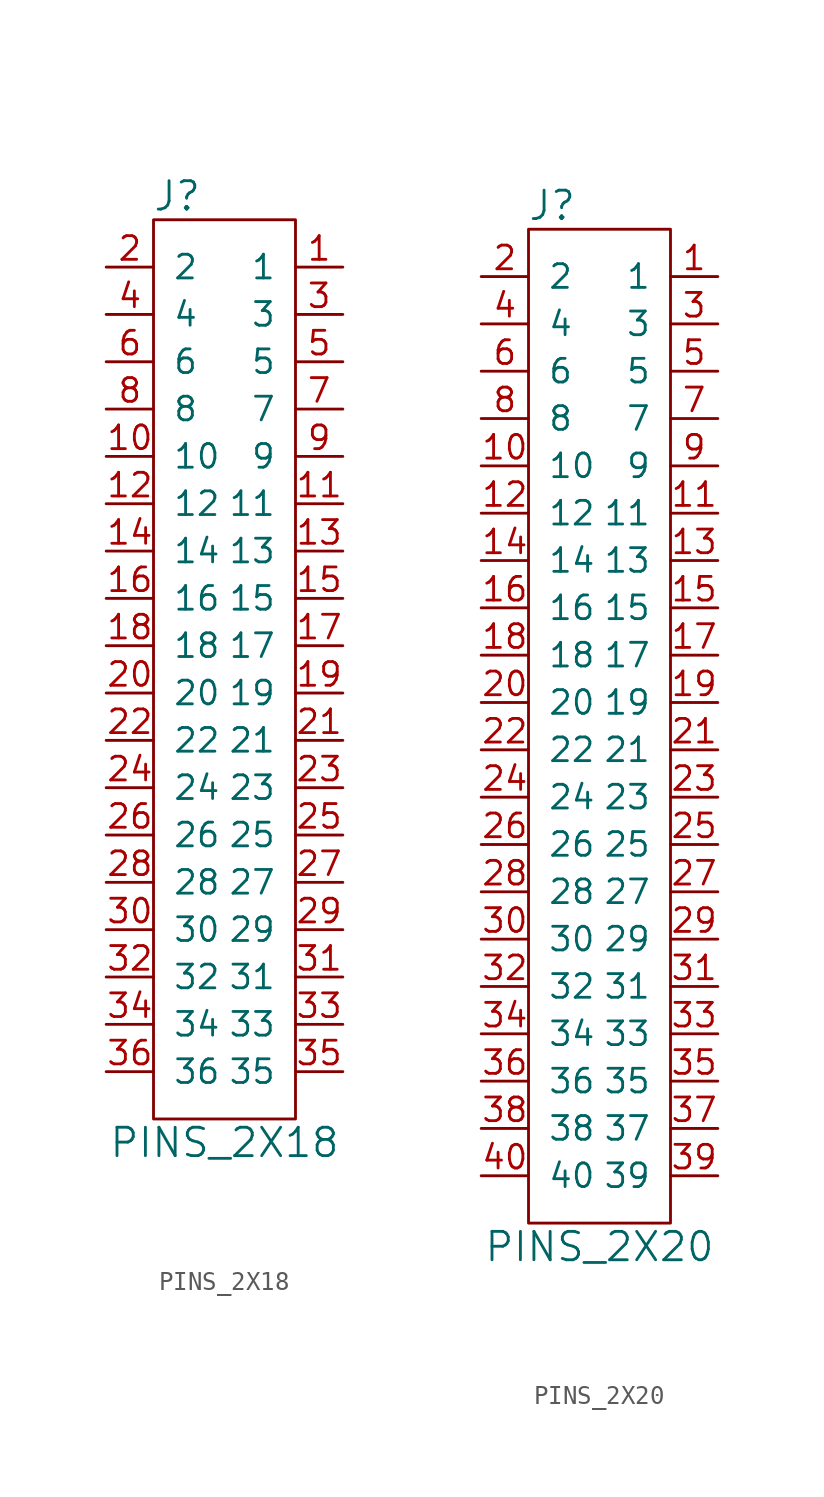
<source format=kicad_sym>
(kicad_symbol_lib
  (version 20241209)
  (generator "kicad_symbol_editor")
  (generator_version "9.0")
  (symbol "PINS_2X18"
    (pin_names
      (offset 1.016))
    (property "Reference" "J"
      (at -2.54 25.4 0)
      (effects (font (size 1.524 1.524))))
    (property "Value" "PINS_2X18"
      (at 0 -25.4 0)
      (effects (font (size 1.524 1.524))))
    (symbol "PINS_2X18_0_1"
      (rectangle (start -3.81 24.13) (end 3.81 -24.13) (stroke (width 0) (type default)) (fill (type none))))
    (symbol "PINS_2X18_1_1"
      (pin unspecified line (at -6.35 21.59 0) (length 2.54) (name "2" (effects (font (size 1.27 1.27)))) (number "2" (effects (font (size 1.27 1.27)))))
      (pin unspecified line (at -6.35 19.05 0) (length 2.54) (name "4" (effects (font (size 1.27 1.27)))) (number "4" (effects (font (size 1.27 1.27)))))
      (pin unspecified line (at -6.35 16.51 0) (length 2.54) (name "6" (effects (font (size 1.27 1.27)))) (number "6" (effects (font (size 1.27 1.27)))))
      (pin unspecified line (at -6.35 13.97 0) (length 2.54) (name "8" (effects (font (size 1.27 1.27)))) (number "8" (effects (font (size 1.27 1.27)))))
      (pin unspecified line (at -6.35 11.43 0) (length 2.54) (name "10" (effects (font (size 1.27 1.27)))) (number "10" (effects (font (size 1.27 1.27)))))
      (pin unspecified line (at -6.35 8.89 0) (length 2.54) (name "12" (effects (font (size 1.27 1.27)))) (number "12" (effects (font (size 1.27 1.27)))))
      (pin unspecified line (at -6.35 6.35 0) (length 2.54) (name "14" (effects (font (size 1.27 1.27)))) (number "14" (effects (font (size 1.27 1.27)))))
      (pin unspecified line (at -6.35 3.81 0) (length 2.54) (name "16" (effects (font (size 1.27 1.27)))) (number "16" (effects (font (size 1.27 1.27)))))
      (pin unspecified line (at -6.35 1.27 0) (length 2.54) (name "18" (effects (font (size 1.27 1.27)))) (number "18" (effects (font (size 1.27 1.27)))))
      (pin unspecified line (at -6.35 -1.27 0) (length 2.54) (name "20" (effects (font (size 1.27 1.27)))) (number "20" (effects (font (size 1.27 1.27)))))
      (pin unspecified line (at -6.35 -3.81 0) (length 2.54) (name "22" (effects (font (size 1.27 1.27)))) (number "22" (effects (font (size 1.27 1.27)))))
      (pin unspecified line (at -6.35 -6.35 0) (length 2.54) (name "24" (effects (font (size 1.27 1.27)))) (number "24" (effects (font (size 1.27 1.27)))))
      (pin unspecified line (at -6.35 -8.89 0) (length 2.54) (name "26" (effects (font (size 1.27 1.27)))) (number "26" (effects (font (size 1.27 1.27)))))
      (pin unspecified line (at -6.35 -11.43 0) (length 2.54) (name "28" (effects (font (size 1.27 1.27)))) (number "28" (effects (font (size 1.27 1.27)))))
      (pin unspecified line (at -6.35 -13.97 0) (length 2.54) (name "30" (effects (font (size 1.27 1.27)))) (number "30" (effects (font (size 1.27 1.27)))))
      (pin unspecified line (at -6.35 -16.51 0) (length 2.54) (name "32" (effects (font (size 1.27 1.27)))) (number "32" (effects (font (size 1.27 1.27)))))
      (pin unspecified line (at -6.35 -19.05 0) (length 2.54) (name "34" (effects (font (size 1.27 1.27)))) (number "34" (effects (font (size 1.27 1.27)))))
      (pin unspecified line (at -6.35 -21.59 0) (length 2.54) (name "36" (effects (font (size 1.27 1.27)))) (number "36" (effects (font (size 1.27 1.27)))))
      (pin unspecified line (at 6.35 21.59 180) (length 2.54) (name "1" (effects (font (size 1.27 1.27)))) (number "1" (effects (font (size 1.27 1.27)))))
      (pin unspecified line (at 6.35 19.05 180) (length 2.54) (name "3" (effects (font (size 1.27 1.27)))) (number "3" (effects (font (size 1.27 1.27)))))
      (pin unspecified line (at 6.35 16.51 180) (length 2.54) (name "5" (effects (font (size 1.27 1.27)))) (number "5" (effects (font (size 1.27 1.27)))))
      (pin unspecified line (at 6.35 13.97 180) (length 2.54) (name "7" (effects (font (size 1.27 1.27)))) (number "7" (effects (font (size 1.27 1.27)))))
      (pin unspecified line (at 6.35 11.43 180) (length 2.54) (name "9" (effects (font (size 1.27 1.27)))) (number "9" (effects (font (size 1.27 1.27)))))
      (pin unspecified line (at 6.35 8.89 180) (length 2.54) (name "11" (effects (font (size 1.27 1.27)))) (number "11" (effects (font (size 1.27 1.27)))))
      (pin unspecified line (at 6.35 6.35 180) (length 2.54) (name "13" (effects (font (size 1.27 1.27)))) (number "13" (effects (font (size 1.27 1.27)))))
      (pin unspecified line (at 6.35 3.81 180) (length 2.54) (name "15" (effects (font (size 1.27 1.27)))) (number "15" (effects (font (size 1.27 1.27)))))
      (pin unspecified line (at 6.35 1.27 180) (length 2.54) (name "17" (effects (font (size 1.27 1.27)))) (number "17" (effects (font (size 1.27 1.27)))))
      (pin unspecified line (at 6.35 -1.27 180) (length 2.54) (name "19" (effects (font (size 1.27 1.27)))) (number "19" (effects (font (size 1.27 1.27)))))
      (pin unspecified line (at 6.35 -3.81 180) (length 2.54) (name "21" (effects (font (size 1.27 1.27)))) (number "21" (effects (font (size 1.27 1.27)))))
      (pin unspecified line (at 6.35 -6.35 180) (length 2.54) (name "23" (effects (font (size 1.27 1.27)))) (number "23" (effects (font (size 1.27 1.27)))))
      (pin unspecified line (at 6.35 -8.89 180) (length 2.54) (name "25" (effects (font (size 1.27 1.27)))) (number "25" (effects (font (size 1.27 1.27)))))
      (pin unspecified line (at 6.35 -11.43 180) (length 2.54) (name "27" (effects (font (size 1.27 1.27)))) (number "27" (effects (font (size 1.27 1.27)))))
      (pin unspecified line (at 6.35 -13.97 180) (length 2.54) (name "29" (effects (font (size 1.27 1.27)))) (number "29" (effects (font (size 1.27 1.27)))))
      (pin unspecified line (at 6.35 -16.51 180) (length 2.54) (name "31" (effects (font (size 1.27 1.27)))) (number "31" (effects (font (size 1.27 1.27)))))
      (pin unspecified line (at 6.35 -19.05 180) (length 2.54) (name "33" (effects (font (size 1.27 1.27)))) (number "33" (effects (font (size 1.27 1.27)))))
      (pin unspecified line (at 6.35 -21.59 180) (length 2.54) (name "35" (effects (font (size 1.27 1.27)))) (number "35" (effects (font (size 1.27 1.27)))))))
  (symbol "PINS_2X20"
    (pin_names
      (offset 1.016))
    (property "Reference" "J"
      (at -2.54 27.94 0)
      (effects (font (size 1.524 1.524))))
    (property "Value" "PINS_2X20"
      (at 0 -27.94 0)
      (effects (font (size 1.524 1.524))))
    (symbol "PINS_2X20_0_1"
      (rectangle (start -3.81 26.67) (end 3.81 -26.67) (stroke (width 0) (type default)) (fill (type none))))
    (symbol "PINS_2X20_1_1"
      (pin unspecified line (at -6.35 24.13 0) (length 2.54) (name "2" (effects (font (size 1.27 1.27)))) (number "2" (effects (font (size 1.27 1.27)))))
      (pin unspecified line (at -6.35 21.59 0) (length 2.54) (name "4" (effects (font (size 1.27 1.27)))) (number "4" (effects (font (size 1.27 1.27)))))
      (pin unspecified line (at -6.35 19.05 0) (length 2.54) (name "6" (effects (font (size 1.27 1.27)))) (number "6" (effects (font (size 1.27 1.27)))))
      (pin unspecified line (at -6.35 16.51 0) (length 2.54) (name "8" (effects (font (size 1.27 1.27)))) (number "8" (effects (font (size 1.27 1.27)))))
      (pin unspecified line (at -6.35 13.97 0) (length 2.54) (name "10" (effects (font (size 1.27 1.27)))) (number "10" (effects (font (size 1.27 1.27)))))
      (pin unspecified line (at -6.35 11.43 0) (length 2.54) (name "12" (effects (font (size 1.27 1.27)))) (number "12" (effects (font (size 1.27 1.27)))))
      (pin unspecified line (at -6.35 8.89 0) (length 2.54) (name "14" (effects (font (size 1.27 1.27)))) (number "14" (effects (font (size 1.27 1.27)))))
      (pin unspecified line (at -6.35 6.35 0) (length 2.54) (name "16" (effects (font (size 1.27 1.27)))) (number "16" (effects (font (size 1.27 1.27)))))
      (pin unspecified line (at -6.35 3.81 0) (length 2.54) (name "18" (effects (font (size 1.27 1.27)))) (number "18" (effects (font (size 1.27 1.27)))))
      (pin unspecified line (at -6.35 1.27 0) (length 2.54) (name "20" (effects (font (size 1.27 1.27)))) (number "20" (effects (font (size 1.27 1.27)))))
      (pin unspecified line (at -6.35 -1.27 0) (length 2.54) (name "22" (effects (font (size 1.27 1.27)))) (number "22" (effects (font (size 1.27 1.27)))))
      (pin unspecified line (at -6.35 -3.81 0) (length 2.54) (name "24" (effects (font (size 1.27 1.27)))) (number "24" (effects (font (size 1.27 1.27)))))
      (pin unspecified line (at -6.35 -6.35 0) (length 2.54) (name "26" (effects (font (size 1.27 1.27)))) (number "26" (effects (font (size 1.27 1.27)))))
      (pin unspecified line (at -6.35 -8.89 0) (length 2.54) (name "28" (effects (font (size 1.27 1.27)))) (number "28" (effects (font (size 1.27 1.27)))))
      (pin unspecified line (at -6.35 -11.43 0) (length 2.54) (name "30" (effects (font (size 1.27 1.27)))) (number "30" (effects (font (size 1.27 1.27)))))
      (pin unspecified line (at -6.35 -13.97 0) (length 2.54) (name "32" (effects (font (size 1.27 1.27)))) (number "32" (effects (font (size 1.27 1.27)))))
      (pin unspecified line (at -6.35 -16.51 0) (length 2.54) (name "34" (effects (font (size 1.27 1.27)))) (number "34" (effects (font (size 1.27 1.27)))))
      (pin unspecified line (at -6.35 -19.05 0) (length 2.54) (name "36" (effects (font (size 1.27 1.27)))) (number "36" (effects (font (size 1.27 1.27)))))
      (pin unspecified line (at -6.35 -21.59 0) (length 2.54) (name "38" (effects (font (size 1.27 1.27)))) (number "38" (effects (font (size 1.27 1.27)))))
      (pin unspecified line (at -6.35 -24.13 0) (length 2.54) (name "40" (effects (font (size 1.27 1.27)))) (number "40" (effects (font (size 1.27 1.27)))))
      (pin unspecified line (at 6.35 24.13 180) (length 2.54) (name "1" (effects (font (size 1.27 1.27)))) (number "1" (effects (font (size 1.27 1.27)))))
      (pin unspecified line (at 6.35 21.59 180) (length 2.54) (name "3" (effects (font (size 1.27 1.27)))) (number "3" (effects (font (size 1.27 1.27)))))
      (pin unspecified line (at 6.35 19.05 180) (length 2.54) (name "5" (effects (font (size 1.27 1.27)))) (number "5" (effects (font (size 1.27 1.27)))))
      (pin unspecified line (at 6.35 16.51 180) (length 2.54) (name "7" (effects (font (size 1.27 1.27)))) (number "7" (effects (font (size 1.27 1.27)))))
      (pin unspecified line (at 6.35 13.97 180) (length 2.54) (name "9" (effects (font (size 1.27 1.27)))) (number "9" (effects (font (size 1.27 1.27)))))
      (pin unspecified line (at 6.35 11.43 180) (length 2.54) (name "11" (effects (font (size 1.27 1.27)))) (number "11" (effects (font (size 1.27 1.27)))))
      (pin unspecified line (at 6.35 8.89 180) (length 2.54) (name "13" (effects (font (size 1.27 1.27)))) (number "13" (effects (font (size 1.27 1.27)))))
      (pin unspecified line (at 6.35 6.35 180) (length 2.54) (name "15" (effects (font (size 1.27 1.27)))) (number "15" (effects (font (size 1.27 1.27)))))
      (pin unspecified line (at 6.35 3.81 180) (length 2.54) (name "17" (effects (font (size 1.27 1.27)))) (number "17" (effects (font (size 1.27 1.27)))))
      (pin unspecified line (at 6.35 1.27 180) (length 2.54) (name "19" (effects (font (size 1.27 1.27)))) (number "19" (effects (font (size 1.27 1.27)))))
      (pin unspecified line (at 6.35 -1.27 180) (length 2.54) (name "21" (effects (font (size 1.27 1.27)))) (number "21" (effects (font (size 1.27 1.27)))))
      (pin unspecified line (at 6.35 -3.81 180) (length 2.54) (name "23" (effects (font (size 1.27 1.27)))) (number "23" (effects (font (size 1.27 1.27)))))
      (pin unspecified line (at 6.35 -6.35 180) (length 2.54) (name "25" (effects (font (size 1.27 1.27)))) (number "25" (effects (font (size 1.27 1.27)))))
      (pin unspecified line (at 6.35 -8.89 180) (length 2.54) (name "27" (effects (font (size 1.27 1.27)))) (number "27" (effects (font (size 1.27 1.27)))))
      (pin unspecified line (at 6.35 -11.43 180) (length 2.54) (name "29" (effects (font (size 1.27 1.27)))) (number "29" (effects (font (size 1.27 1.27)))))
      (pin unspecified line (at 6.35 -13.97 180) (length 2.54) (name "31" (effects (font (size 1.27 1.27)))) (number "31" (effects (font (size 1.27 1.27)))))
      (pin unspecified line (at 6.35 -16.51 180) (length 2.54) (name "33" (effects (font (size 1.27 1.27)))) (number "33" (effects (font (size 1.27 1.27)))))
      (pin unspecified line (at 6.35 -19.05 180) (length 2.54) (name "35" (effects (font (size 1.27 1.27)))) (number "35" (effects (font (size 1.27 1.27)))))
      (pin unspecified line (at 6.35 -21.59 180) (length 2.54) (name "37" (effects (font (size 1.27 1.27)))) (number "37" (effects (font (size 1.27 1.27)))))
      (pin unspecified line (at 6.35 -24.13 180) (length 2.54) (name "39" (effects (font (size 1.27 1.27)))) (number "39" (effects (font (size 1.27 1.27))))))))
</source>
